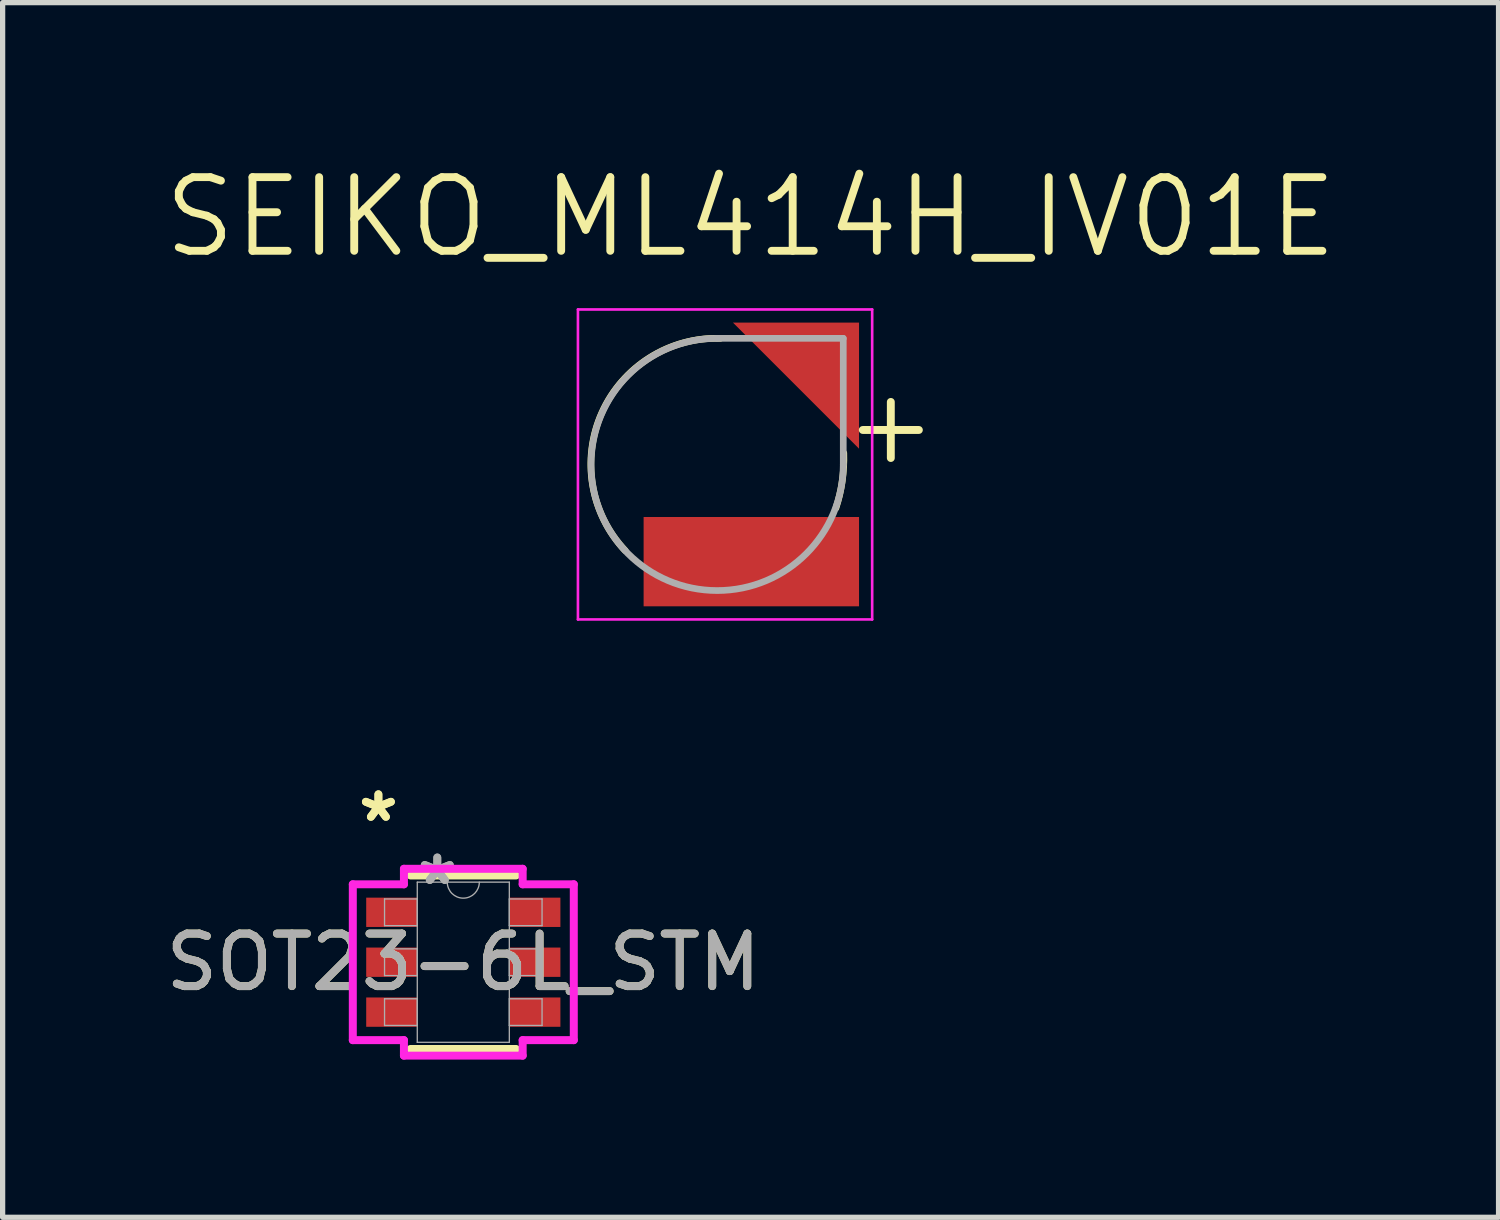
<source format=kicad_pcb>
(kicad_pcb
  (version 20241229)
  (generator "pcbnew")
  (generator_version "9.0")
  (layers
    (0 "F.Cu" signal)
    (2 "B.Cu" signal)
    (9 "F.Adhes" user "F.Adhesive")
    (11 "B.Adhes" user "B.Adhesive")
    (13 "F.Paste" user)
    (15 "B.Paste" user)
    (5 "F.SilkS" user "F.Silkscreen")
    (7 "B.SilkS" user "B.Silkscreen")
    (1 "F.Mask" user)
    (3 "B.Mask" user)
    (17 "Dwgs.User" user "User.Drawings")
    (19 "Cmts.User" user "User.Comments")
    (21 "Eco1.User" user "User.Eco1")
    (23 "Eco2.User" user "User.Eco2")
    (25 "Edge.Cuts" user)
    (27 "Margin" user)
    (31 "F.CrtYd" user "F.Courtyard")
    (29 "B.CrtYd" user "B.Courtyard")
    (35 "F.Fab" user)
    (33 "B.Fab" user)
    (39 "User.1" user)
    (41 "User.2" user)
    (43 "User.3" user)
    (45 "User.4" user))
  (footprint "SEIKO_ML414H_IV01E"
    (layer "F.Cu")
    (at 10.6 5.79)
    (property "Reference" "SEIKO_ML414H_IV01E" (at 0.636 -4.707 0) (layer "F.SilkS") (effects (font (size 1.402 1.402) (thickness 0.15))))
    (attr smd)
    (fp_poly (pts (xy 0 -2.8) (xy 2.8 -2.8) (xy 2.8 0)) (stroke (width 0.0001) (type solid)) (fill yes) (layer "F.Mask"))
    (fp_arc (start -1.75 1.639999) (mid -2.19472 -0.984702) (end 0.06 -2.4) (stroke (width 0.127) (type solid)) (layer "F.SilkS"))
    (fp_arc (start 2.41 -0.217) (mid 2.3808 0.313062) (end 2.26 0.83) (stroke (width 0.127) (type solid)) (layer "F.SilkS"))
    (fp_poly (pts (xy 0.3 -2.7) (xy 2.7 -2.7) (xy 2.7 -0.3)) (stroke (width 0.0001) (type solid)) (fill yes) (layer "F.Paste"))
    (fp_line (start -2.65 -2.95) (end 2.95 -2.95) (stroke (width 0.05) (type solid)) (layer "F.CrtYd"))
    (fp_line (start -2.65 2.95) (end -2.65 -2.95) (stroke (width 0.05) (type solid)) (layer "F.CrtYd"))
    (fp_line (start 2.95 -2.95) (end 2.95 2.95) (stroke (width 0.05) (type solid)) (layer "F.CrtYd"))
    (fp_line (start 2.95 2.95) (end -2.65 2.95) (stroke (width 0.05) (type solid)) (layer "F.CrtYd"))
    (fp_line (start 0 -2.4) (end 2.4 -2.4) (stroke (width 0.127) (type solid)) (layer "F.Fab"))
    (fp_line (start 2.4 -2.4) (end 2.4 0) (stroke (width 0.127) (type solid)) (layer "F.Fab"))
    (fp_arc (start 2.4 0) (mid -1.697056 1.697056) (end 0 -2.4) (stroke (width 0.127) (type solid)) (layer "F.Fab"))
    (fp_text user "+" (at 3.305 -0.763 0) (layer "F.SilkS") (effects (font (size 1.401 1.401) (thickness 0.15))))
    (pad "1" smd custom (at 2.1 -2.1) (size 1 1) (layers "F.Cu") (options (anchor rect)) (primitives (gr_poly (pts (xy -1.8 -0.6) (xy 0.6 -0.6) (xy 0.6 1.8)) (width 0.0001) (fill yes))))
    (pad "2" smd rect (at 0.65 1.85) (size 4.1 1.7) (layers "F.Cu" "F.Mask" "F.Paste")))
  (footprint "SOT23-6L_STM"
    (layer "F.Cu")
    (at 5.768 15.264)
    (property "Reference" "SOT23-6L_STM" (at 0 0 0) (unlocked yes) (layer "F.SilkS") (effects (font (size 1 1) (thickness 0.15))))
    (attr smd)
    (fp_line (start -1.003 1.651) (end 1.003 1.651) (stroke (width 0.152) (type solid)) (layer "F.SilkS"))
    (fp_line (start 1.003 -1.651) (end -1.003 -1.651) (stroke (width 0.152) (type solid)) (layer "F.SilkS"))
    (fp_line (start -2.103 -1.483) (end -1.13 -1.483) (stroke (width 0.152) (type solid)) (layer "F.CrtYd"))
    (fp_line (start -2.103 1.483) (end -2.103 -1.483) (stroke (width 0.152) (type solid)) (layer "F.CrtYd"))
    (fp_line (start -2.103 1.483) (end -1.13 1.483) (stroke (width 0.152) (type solid)) (layer "F.CrtYd"))
    (fp_line (start -1.13 -1.778) (end 1.13 -1.778) (stroke (width 0.152) (type solid)) (layer "F.CrtYd"))
    (fp_line (start -1.13 -1.483) (end -1.13 -1.778) (stroke (width 0.152) (type solid)) (layer "F.CrtYd"))
    (fp_line (start -1.13 1.778) (end -1.13 1.483) (stroke (width 0.152) (type solid)) (layer "F.CrtYd"))
    (fp_line (start 1.13 -1.778) (end 1.13 -1.483) (stroke (width 0.152) (type solid)) (layer "F.CrtYd"))
    (fp_line (start 1.13 1.483) (end 1.13 1.778) (stroke (width 0.152) (type solid)) (layer "F.CrtYd"))
    (fp_line (start 1.13 1.778) (end -1.13 1.778) (stroke (width 0.152) (type solid)) (layer "F.CrtYd"))
    (fp_line (start 2.103 -1.483) (end 1.13 -1.483) (stroke (width 0.152) (type solid)) (layer "F.CrtYd"))
    (fp_line (start 2.103 -1.483) (end 2.103 1.483) (stroke (width 0.152) (type solid)) (layer "F.CrtYd"))
    (fp_line (start 2.103 1.483) (end 1.13 1.483) (stroke (width 0.152) (type solid)) (layer "F.CrtYd"))
    (fp_line (start -1.499 -1.204) (end -1.499 -0.696) (stroke (width 0.025) (type solid)) (layer "F.Fab"))
    (fp_line (start -1.499 -0.696) (end -0.876 -0.696) (stroke (width 0.025) (type solid)) (layer "F.Fab"))
    (fp_line (start -1.499 -0.254) (end -1.499 0.254) (stroke (width 0.025) (type solid)) (layer "F.Fab"))
    (fp_line (start -1.499 0.254) (end -0.876 0.254) (stroke (width 0.025) (type solid)) (layer "F.Fab"))
    (fp_line (start -1.499 0.696) (end -1.499 1.204) (stroke (width 0.025) (type solid)) (layer "F.Fab"))
    (fp_line (start -1.499 1.204) (end -0.876 1.204) (stroke (width 0.025) (type solid)) (layer "F.Fab"))
    (fp_line (start -0.876 -1.524) (end -0.876 1.524) (stroke (width 0.025) (type solid)) (layer "F.Fab"))
    (fp_line (start -0.876 -1.204) (end -1.499 -1.204) (stroke (width 0.025) (type solid)) (layer "F.Fab"))
    (fp_line (start -0.876 -0.696) (end -0.876 -1.204) (stroke (width 0.025) (type solid)) (layer "F.Fab"))
    (fp_line (start -0.876 -0.254) (end -1.499 -0.254) (stroke (width 0.025) (type solid)) (layer "F.Fab"))
    (fp_line (start -0.876 0.254) (end -0.876 -0.254) (stroke (width 0.025) (type solid)) (layer "F.Fab"))
    (fp_line (start -0.876 0.696) (end -1.499 0.696) (stroke (width 0.025) (type solid)) (layer "F.Fab"))
    (fp_line (start -0.876 1.204) (end -0.876 0.696) (stroke (width 0.025) (type solid)) (layer "F.Fab"))
    (fp_line (start -0.876 1.524) (end 0.876 1.524) (stroke (width 0.025) (type solid)) (layer "F.Fab"))
    (fp_line (start 0.876 -1.524) (end -0.876 -1.524) (stroke (width 0.025) (type solid)) (layer "F.Fab"))
    (fp_line (start 0.876 -1.204) (end 0.876 -0.696) (stroke (width 0.025) (type solid)) (layer "F.Fab"))
    (fp_line (start 0.876 -0.696) (end 1.499 -0.696) (stroke (width 0.025) (type solid)) (layer "F.Fab"))
    (fp_line (start 0.876 -0.254) (end 0.876 0.254) (stroke (width 0.025) (type solid)) (layer "F.Fab"))
    (fp_line (start 0.876 0.254) (end 1.499 0.254) (stroke (width 0.025) (type solid)) (layer "F.Fab"))
    (fp_line (start 0.876 0.696) (end 0.876 1.204) (stroke (width 0.025) (type solid)) (layer "F.Fab"))
    (fp_line (start 0.876 1.204) (end 1.499 1.204) (stroke (width 0.025) (type solid)) (layer "F.Fab"))
    (fp_line (start 0.876 1.524) (end 0.876 -1.524) (stroke (width 0.025) (type solid)) (layer "F.Fab"))
    (fp_line (start 1.499 -1.204) (end 0.876 -1.204) (stroke (width 0.025) (type solid)) (layer "F.Fab"))
    (fp_line (start 1.499 -0.696) (end 1.499 -1.204) (stroke (width 0.025) (type solid)) (layer "F.Fab"))
    (fp_line (start 1.499 -0.254) (end 0.876 -0.254) (stroke (width 0.025) (type solid)) (layer "F.Fab"))
    (fp_line (start 1.499 0.254) (end 1.499 -0.254) (stroke (width 0.025) (type solid)) (layer "F.Fab"))
    (fp_line (start 1.499 0.696) (end 0.876 0.696) (stroke (width 0.025) (type solid)) (layer "F.Fab"))
    (fp_line (start 1.499 1.204) (end 1.499 0.696) (stroke (width 0.025) (type solid)) (layer "F.Fab"))
    (fp_arc (start 0.3048 -1.524) (mid 0 -1.2192) (end -0.3048 -1.524) (stroke (width 0.0254) (type solid)) (layer "F.Fab"))
    (fp_text user "*" (at -1.616 -2.651 0) (unlocked yes) (layer "F.SilkS") (effects (font (size 1 1) (thickness 0.15))))
    (fp_text user "*" (at -1.616 -2.651 0) (layer "F.SilkS") (effects (font (size 1 1) (thickness 0.15))))
    (fp_text user "*" (at -0.495 -1.448 0) (layer "F.Fab") (effects (font (size 1 1) (thickness 0.15))))
    (fp_text user "${REFERENCE}" (at 0 0 0) (unlocked yes) (layer "F.Fab") (effects (font (size 1 1) (thickness 0.15))))
    (fp_text user "*" (at -0.495 -1.448 0) (unlocked yes) (layer "F.Fab") (effects (font (size 1 1) (thickness 0.15))))
    (pad "1" smd rect (at -1.362 -0.95) (size 0.972 0.558) (layers "F.Cu" "F.Mask" "F.Paste"))
    (pad "2" smd rect (at -1.362 0) (size 0.972 0.558) (layers "F.Cu" "F.Mask" "F.Paste"))
    (pad "3" smd rect (at -1.362 0.95) (size 0.972 0.558) (layers "F.Cu" "F.Mask" "F.Paste"))
    (pad "4" smd rect (at 1.362 0.95) (size 0.972 0.558) (layers "F.Cu" "F.Mask" "F.Paste"))
    (pad "5" smd rect (at 1.362 0) (size 0.972 0.558) (layers "F.Cu" "F.Mask" "F.Paste"))
    (pad "6" smd rect (at 1.362 -0.95) (size 0.972 0.558) (layers "F.Cu" "F.Mask" "F.Paste")))
  (gr_rect
    (start -3 -3)
    (end 25.472 20.119)
    (stroke (width 0.1) (type default))
    (fill no)
    (layer "Edge.Cuts")))
</source>
